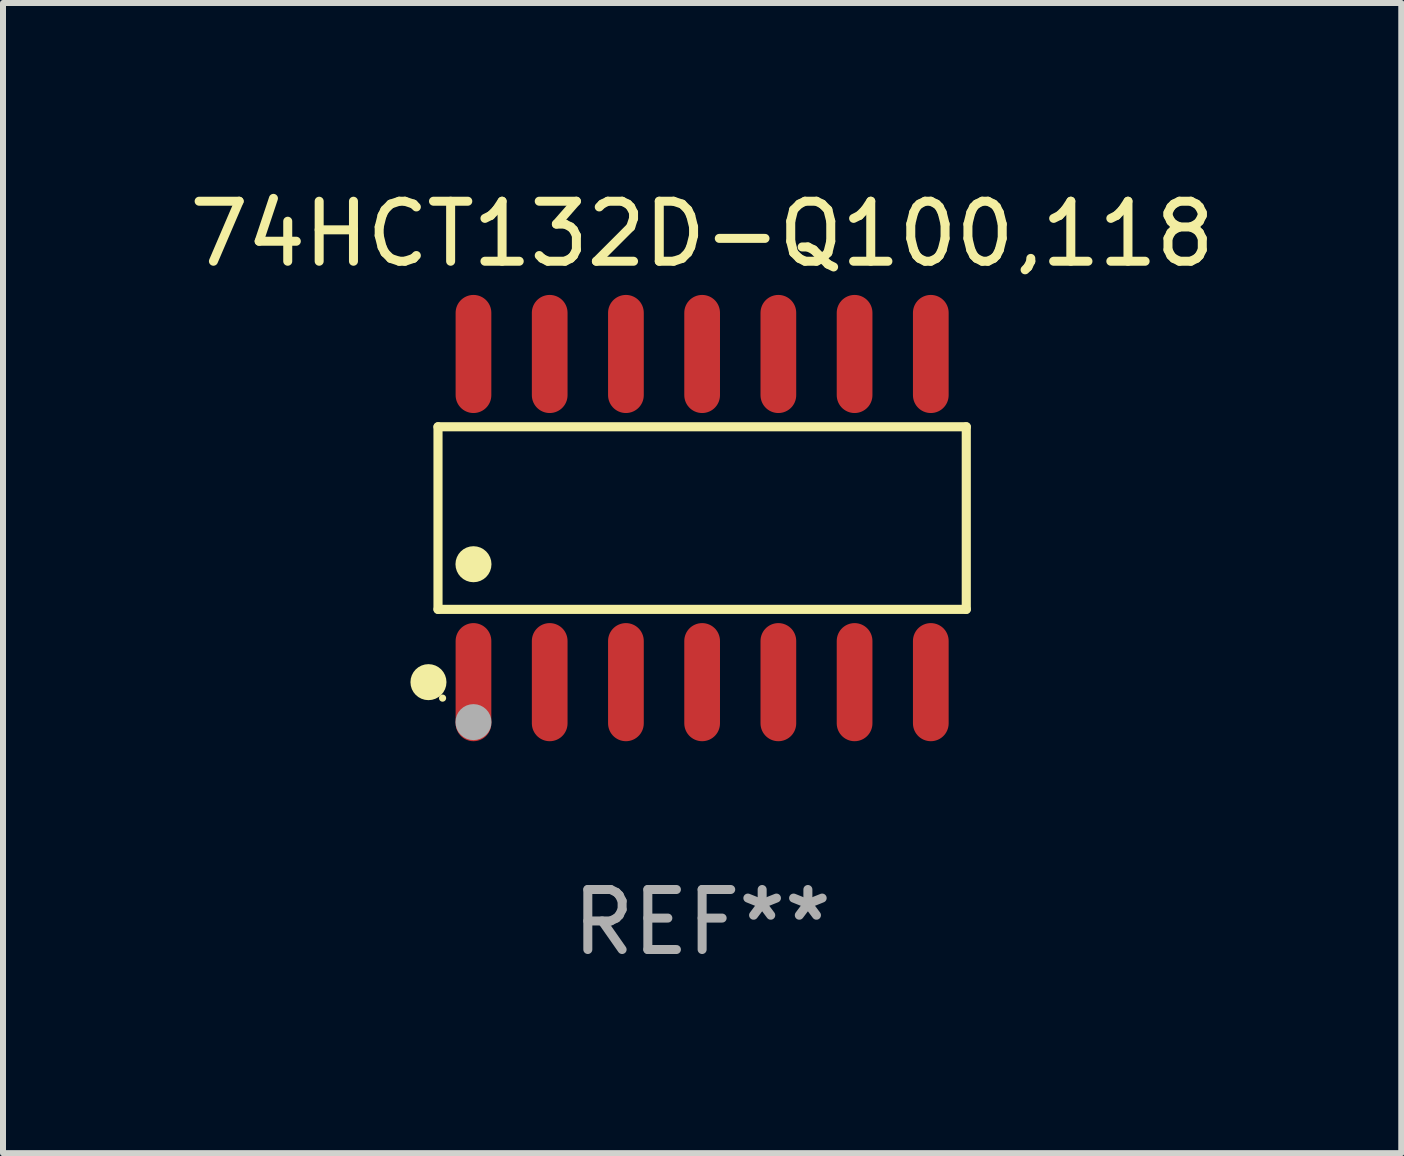
<source format=kicad_pcb>
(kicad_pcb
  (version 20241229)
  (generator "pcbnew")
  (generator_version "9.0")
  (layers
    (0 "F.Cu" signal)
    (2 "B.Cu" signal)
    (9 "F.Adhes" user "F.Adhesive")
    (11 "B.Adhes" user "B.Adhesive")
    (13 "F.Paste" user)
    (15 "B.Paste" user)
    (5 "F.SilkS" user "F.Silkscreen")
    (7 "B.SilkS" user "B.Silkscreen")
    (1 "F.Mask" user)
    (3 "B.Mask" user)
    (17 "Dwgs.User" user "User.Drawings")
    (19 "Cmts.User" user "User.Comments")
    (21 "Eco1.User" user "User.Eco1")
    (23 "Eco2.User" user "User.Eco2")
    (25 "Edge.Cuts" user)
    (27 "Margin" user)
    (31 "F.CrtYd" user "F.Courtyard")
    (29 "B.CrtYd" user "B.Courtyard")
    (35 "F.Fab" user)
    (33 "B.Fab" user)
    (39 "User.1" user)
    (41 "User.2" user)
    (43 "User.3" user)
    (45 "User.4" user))
  (footprint "74HCT132D-Q100,118"
    (layer "F.Cu")
    (at 8.649 5.582)
    (property "Reference" "74HCT132D-Q100,118" (at 0 -4.734 0) (layer "F.SilkS") (effects (font (size 1 1) (thickness 0.15))))
    (attr through_hole)
    (fp_line (start -4.401 -1.521) (end 4.401 -1.521) (stroke (width 0.152) (type solid)) (layer "F.SilkS"))
    (fp_line (start -4.401 1.521) (end -4.401 -1.521) (stroke (width 0.152) (type solid)) (layer "F.SilkS"))
    (fp_line (start 4.401 -1.521) (end 4.401 1.521) (stroke (width 0.152) (type solid)) (layer "F.SilkS"))
    (fp_line (start 4.401 1.521) (end -4.401 1.521) (stroke (width 0.152) (type solid)) (layer "F.SilkS"))
    (fp_circle (center -4.56 2.734) (end -4.41 2.734) (stroke (width 0.3) (type solid)) (fill no) (layer "F.SilkS"))
    (fp_circle (center -4.325 3) (end -4.295 3) (stroke (width 0.06) (type solid)) (fill no) (layer "F.SilkS"))
    (fp_circle (center -3.81 0.769) (end -3.66 0.769) (stroke (width 0.3) (type solid)) (fill no) (layer "F.SilkS"))
    (fp_circle (center -3.81 3.4) (end -3.66 3.4) (stroke (width 0.3) (type solid)) (fill no) (layer "F.Fab"))
    (fp_text user "REF**" (at 0 6.734 0) (layer "F.Fab") (effects (font (size 1 1) (thickness 0.15))))
    (pad "1" smd oval (at -3.81 2.734) (size 0.595 1.968) (layers "F.Cu" "F.Mask" "F.Paste"))
    (pad "2" smd oval (at -2.54 2.734) (size 0.595 1.968) (layers "F.Cu" "F.Mask" "F.Paste"))
    (pad "3" smd oval (at -1.27 2.734) (size 0.595 1.968) (layers "F.Cu" "F.Mask" "F.Paste"))
    (pad "4" smd oval (at 0 2.734) (size 0.595 1.968) (layers "F.Cu" "F.Mask" "F.Paste"))
    (pad "5" smd oval (at 1.27 2.734) (size 0.595 1.968) (layers "F.Cu" "F.Mask" "F.Paste"))
    (pad "6" smd oval (at 2.54 2.734) (size 0.595 1.968) (layers "F.Cu" "F.Mask" "F.Paste"))
    (pad "7" smd oval (at 3.81 2.734) (size 0.595 1.968) (layers "F.Cu" "F.Mask" "F.Paste"))
    (pad "8" smd oval (at 3.81 -2.734) (size 0.595 1.968) (layers "F.Cu" "F.Mask" "F.Paste"))
    (pad "9" smd oval (at 2.54 -2.734) (size 0.595 1.968) (layers "F.Cu" "F.Mask" "F.Paste"))
    (pad "10" smd oval (at 1.27 -2.734) (size 0.595 1.968) (layers "F.Cu" "F.Mask" "F.Paste"))
    (pad "11" smd oval (at 0 -2.734) (size 0.595 1.968) (layers "F.Cu" "F.Mask" "F.Paste"))
    (pad "12" smd oval (at -1.27 -2.734) (size 0.595 1.968) (layers "F.Cu" "F.Mask" "F.Paste"))
    (pad "13" smd oval (at -2.54 -2.734) (size 0.595 1.968) (layers "F.Cu" "F.Mask" "F.Paste"))
    (pad "14" smd oval (at -3.81 -2.734) (size 0.595 1.968) (layers "F.Cu" "F.Mask" "F.Paste")))
  (gr_rect
    (start -3 -3)
    (end 20.298 16.164)
    (stroke (width 0.1) (type default))
    (fill no)
    (layer "Edge.Cuts")))
</source>
